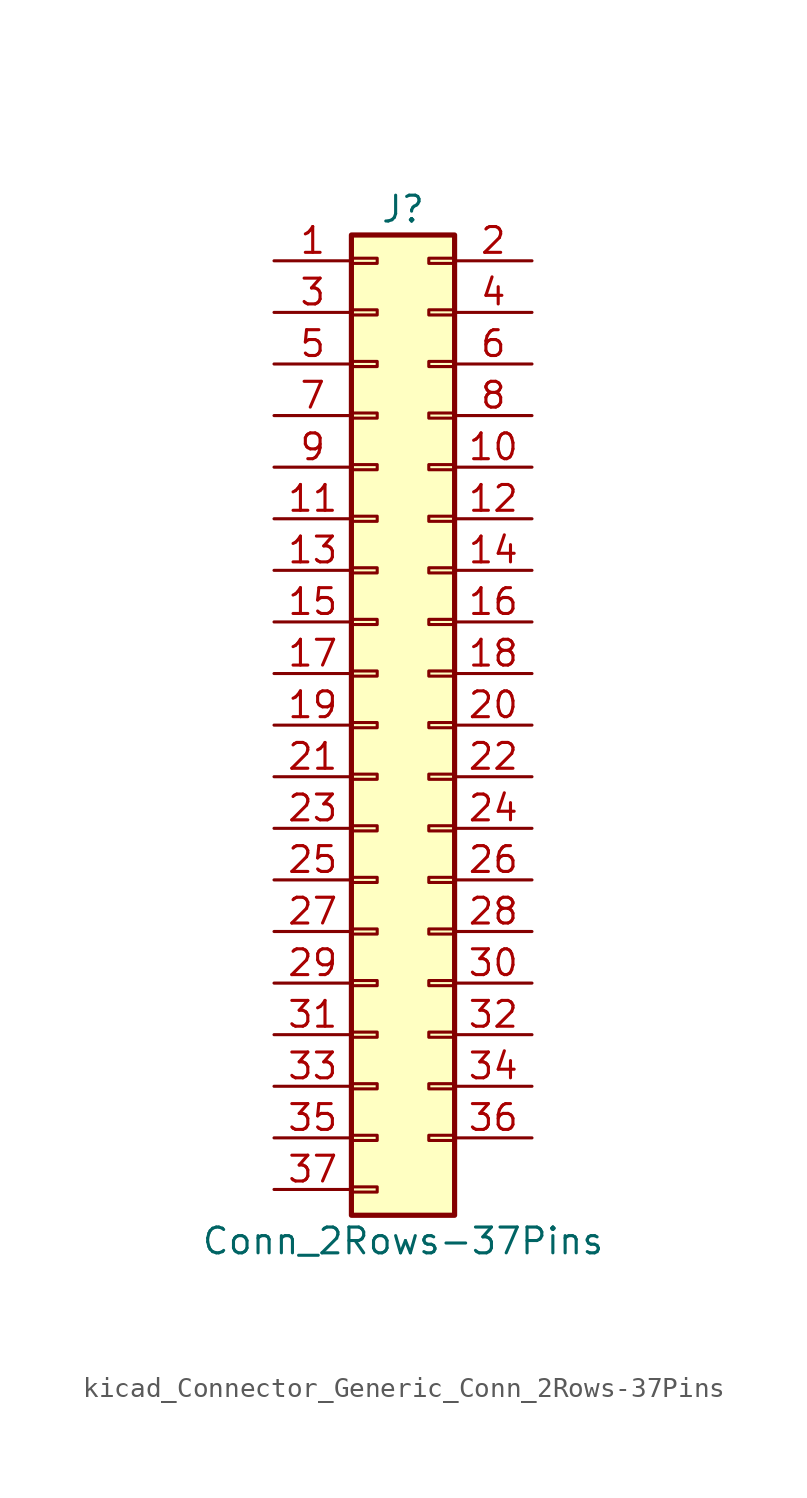
<source format=kicad_sym>
(kicad_symbol_lib
  (version 20220914)
  (generator kicad_symbol_editor)
  (symbol "kicad_Connector_Generic_Conn_2Rows-37Pins"
    (pin_names
      (offset 1.016) hide)
    (property "Reference" "J"
      (at 1.27 25.4 0)
      (effects (font (size 1.27 1.27))))
    (property "Value" "Conn_2Rows-37Pins"
      (at 1.27 -25.4 0)
      (effects (font (size 1.27 1.27))))
    (symbol "kicad_Connector_Generic_Conn_2Rows-37Pins_1_1"
      (rectangle (start -1.27 -22.733) (end 0 -22.987) (stroke (width 0.152) (type default)) (fill (type none)))
      (rectangle (start -1.27 -20.193) (end 0 -20.447) (stroke (width 0.152) (type default)) (fill (type none)))
      (rectangle (start -1.27 -17.653) (end 0 -17.907) (stroke (width 0.152) (type default)) (fill (type none)))
      (rectangle (start -1.27 -15.113) (end 0 -15.367) (stroke (width 0.152) (type default)) (fill (type none)))
      (rectangle (start -1.27 -12.573) (end 0 -12.827) (stroke (width 0.152) (type default)) (fill (type none)))
      (rectangle (start -1.27 -10.033) (end 0 -10.287) (stroke (width 0.152) (type default)) (fill (type none)))
      (rectangle (start -1.27 -7.493) (end 0 -7.747) (stroke (width 0.152) (type default)) (fill (type none)))
      (rectangle (start -1.27 -4.953) (end 0 -5.207) (stroke (width 0.152) (type default)) (fill (type none)))
      (rectangle (start -1.27 -2.413) (end 0 -2.667) (stroke (width 0.152) (type default)) (fill (type none)))
      (rectangle (start -1.27 0.127) (end 0 -0.127) (stroke (width 0.152) (type default)) (fill (type none)))
      (rectangle (start -1.27 2.667) (end 0 2.413) (stroke (width 0.152) (type default)) (fill (type none)))
      (rectangle (start -1.27 5.207) (end 0 4.953) (stroke (width 0.152) (type default)) (fill (type none)))
      (rectangle (start -1.27 7.747) (end 0 7.493) (stroke (width 0.152) (type default)) (fill (type none)))
      (rectangle (start -1.27 10.287) (end 0 10.033) (stroke (width 0.152) (type default)) (fill (type none)))
      (rectangle (start -1.27 12.827) (end 0 12.573) (stroke (width 0.152) (type default)) (fill (type none)))
      (rectangle (start -1.27 15.367) (end 0 15.113) (stroke (width 0.152) (type default)) (fill (type none)))
      (rectangle (start -1.27 17.907) (end 0 17.653) (stroke (width 0.152) (type default)) (fill (type none)))
      (rectangle (start -1.27 20.447) (end 0 20.193) (stroke (width 0.152) (type default)) (fill (type none)))
      (rectangle (start -1.27 22.987) (end 0 22.733) (stroke (width 0.152) (type default)) (fill (type none)))
      (rectangle (start -1.27 24.13) (end 3.81 -24.13) (stroke (width 0.254) (type default)) (fill (type background)))
      (rectangle (start 3.81 -20.193) (end 2.54 -20.447) (stroke (width 0.152) (type default)) (fill (type none)))
      (rectangle (start 3.81 -17.653) (end 2.54 -17.907) (stroke (width 0.152) (type default)) (fill (type none)))
      (rectangle (start 3.81 -15.113) (end 2.54 -15.367) (stroke (width 0.152) (type default)) (fill (type none)))
      (rectangle (start 3.81 -12.573) (end 2.54 -12.827) (stroke (width 0.152) (type default)) (fill (type none)))
      (rectangle (start 3.81 -10.033) (end 2.54 -10.287) (stroke (width 0.152) (type default)) (fill (type none)))
      (rectangle (start 3.81 -7.493) (end 2.54 -7.747) (stroke (width 0.152) (type default)) (fill (type none)))
      (rectangle (start 3.81 -4.953) (end 2.54 -5.207) (stroke (width 0.152) (type default)) (fill (type none)))
      (rectangle (start 3.81 -2.413) (end 2.54 -2.667) (stroke (width 0.152) (type default)) (fill (type none)))
      (rectangle (start 3.81 0.127) (end 2.54 -0.127) (stroke (width 0.152) (type default)) (fill (type none)))
      (rectangle (start 3.81 2.667) (end 2.54 2.413) (stroke (width 0.152) (type default)) (fill (type none)))
      (rectangle (start 3.81 5.207) (end 2.54 4.953) (stroke (width 0.152) (type default)) (fill (type none)))
      (rectangle (start 3.81 7.747) (end 2.54 7.493) (stroke (width 0.152) (type default)) (fill (type none)))
      (rectangle (start 3.81 10.287) (end 2.54 10.033) (stroke (width 0.152) (type default)) (fill (type none)))
      (rectangle (start 3.81 12.827) (end 2.54 12.573) (stroke (width 0.152) (type default)) (fill (type none)))
      (rectangle (start 3.81 15.367) (end 2.54 15.113) (stroke (width 0.152) (type default)) (fill (type none)))
      (rectangle (start 3.81 17.907) (end 2.54 17.653) (stroke (width 0.152) (type default)) (fill (type none)))
      (rectangle (start 3.81 20.447) (end 2.54 20.193) (stroke (width 0.152) (type default)) (fill (type none)))
      (rectangle (start 3.81 22.987) (end 2.54 22.733) (stroke (width 0.152) (type default)) (fill (type none)))
      (pin passive line (at -5.08 22.86 0) (length 3.81) (name "Pin_1" (effects (font (size 1.27 1.27)))) (number "1" (effects (font (size 1.27 1.27)))))
      (pin passive line (at 7.62 12.7 180) (length 3.81) (name "Pin_10" (effects (font (size 1.27 1.27)))) (number "10" (effects (font (size 1.27 1.27)))))
      (pin passive line (at -5.08 10.16 0) (length 3.81) (name "Pin_11" (effects (font (size 1.27 1.27)))) (number "11" (effects (font (size 1.27 1.27)))))
      (pin passive line (at 7.62 10.16 180) (length 3.81) (name "Pin_12" (effects (font (size 1.27 1.27)))) (number "12" (effects (font (size 1.27 1.27)))))
      (pin passive line (at -5.08 7.62 0) (length 3.81) (name "Pin_13" (effects (font (size 1.27 1.27)))) (number "13" (effects (font (size 1.27 1.27)))))
      (pin passive line (at 7.62 7.62 180) (length 3.81) (name "Pin_14" (effects (font (size 1.27 1.27)))) (number "14" (effects (font (size 1.27 1.27)))))
      (pin passive line (at -5.08 5.08 0) (length 3.81) (name "Pin_15" (effects (font (size 1.27 1.27)))) (number "15" (effects (font (size 1.27 1.27)))))
      (pin passive line (at 7.62 5.08 180) (length 3.81) (name "Pin_16" (effects (font (size 1.27 1.27)))) (number "16" (effects (font (size 1.27 1.27)))))
      (pin passive line (at -5.08 2.54 0) (length 3.81) (name "Pin_17" (effects (font (size 1.27 1.27)))) (number "17" (effects (font (size 1.27 1.27)))))
      (pin passive line (at 7.62 2.54 180) (length 3.81) (name "Pin_18" (effects (font (size 1.27 1.27)))) (number "18" (effects (font (size 1.27 1.27)))))
      (pin passive line (at -5.08 0 0) (length 3.81) (name "Pin_19" (effects (font (size 1.27 1.27)))) (number "19" (effects (font (size 1.27 1.27)))))
      (pin passive line (at 7.62 22.86 180) (length 3.81) (name "Pin_2" (effects (font (size 1.27 1.27)))) (number "2" (effects (font (size 1.27 1.27)))))
      (pin passive line (at 7.62 0 180) (length 3.81) (name "Pin_20" (effects (font (size 1.27 1.27)))) (number "20" (effects (font (size 1.27 1.27)))))
      (pin passive line (at -5.08 -2.54 0) (length 3.81) (name "Pin_21" (effects (font (size 1.27 1.27)))) (number "21" (effects (font (size 1.27 1.27)))))
      (pin passive line (at 7.62 -2.54 180) (length 3.81) (name "Pin_22" (effects (font (size 1.27 1.27)))) (number "22" (effects (font (size 1.27 1.27)))))
      (pin passive line (at -5.08 -5.08 0) (length 3.81) (name "Pin_23" (effects (font (size 1.27 1.27)))) (number "23" (effects (font (size 1.27 1.27)))))
      (pin passive line (at 7.62 -5.08 180) (length 3.81) (name "Pin_24" (effects (font (size 1.27 1.27)))) (number "24" (effects (font (size 1.27 1.27)))))
      (pin passive line (at -5.08 -7.62 0) (length 3.81) (name "Pin_25" (effects (font (size 1.27 1.27)))) (number "25" (effects (font (size 1.27 1.27)))))
      (pin passive line (at 7.62 -7.62 180) (length 3.81) (name "Pin_26" (effects (font (size 1.27 1.27)))) (number "26" (effects (font (size 1.27 1.27)))))
      (pin passive line (at -5.08 -10.16 0) (length 3.81) (name "Pin_27" (effects (font (size 1.27 1.27)))) (number "27" (effects (font (size 1.27 1.27)))))
      (pin passive line (at 7.62 -10.16 180) (length 3.81) (name "Pin_28" (effects (font (size 1.27 1.27)))) (number "28" (effects (font (size 1.27 1.27)))))
      (pin passive line (at -5.08 -12.7 0) (length 3.81) (name "Pin_29" (effects (font (size 1.27 1.27)))) (number "29" (effects (font (size 1.27 1.27)))))
      (pin passive line (at -5.08 20.32 0) (length 3.81) (name "Pin_3" (effects (font (size 1.27 1.27)))) (number "3" (effects (font (size 1.27 1.27)))))
      (pin passive line (at 7.62 -12.7 180) (length 3.81) (name "Pin_30" (effects (font (size 1.27 1.27)))) (number "30" (effects (font (size 1.27 1.27)))))
      (pin passive line (at -5.08 -15.24 0) (length 3.81) (name "Pin_31" (effects (font (size 1.27 1.27)))) (number "31" (effects (font (size 1.27 1.27)))))
      (pin passive line (at 7.62 -15.24 180) (length 3.81) (name "Pin_32" (effects (font (size 1.27 1.27)))) (number "32" (effects (font (size 1.27 1.27)))))
      (pin passive line (at -5.08 -17.78 0) (length 3.81) (name "Pin_33" (effects (font (size 1.27 1.27)))) (number "33" (effects (font (size 1.27 1.27)))))
      (pin passive line (at 7.62 -17.78 180) (length 3.81) (name "Pin_34" (effects (font (size 1.27 1.27)))) (number "34" (effects (font (size 1.27 1.27)))))
      (pin passive line (at -5.08 -20.32 0) (length 3.81) (name "Pin_35" (effects (font (size 1.27 1.27)))) (number "35" (effects (font (size 1.27 1.27)))))
      (pin passive line (at 7.62 -20.32 180) (length 3.81) (name "Pin_36" (effects (font (size 1.27 1.27)))) (number "36" (effects (font (size 1.27 1.27)))))
      (pin passive line (at -5.08 -22.86 0) (length 3.81) (name "Pin_37" (effects (font (size 1.27 1.27)))) (number "37" (effects (font (size 1.27 1.27)))))
      (pin passive line (at 7.62 20.32 180) (length 3.81) (name "Pin_4" (effects (font (size 1.27 1.27)))) (number "4" (effects (font (size 1.27 1.27)))))
      (pin passive line (at -5.08 17.78 0) (length 3.81) (name "Pin_5" (effects (font (size 1.27 1.27)))) (number "5" (effects (font (size 1.27 1.27)))))
      (pin passive line (at 7.62 17.78 180) (length 3.81) (name "Pin_6" (effects (font (size 1.27 1.27)))) (number "6" (effects (font (size 1.27 1.27)))))
      (pin passive line (at -5.08 15.24 0) (length 3.81) (name "Pin_7" (effects (font (size 1.27 1.27)))) (number "7" (effects (font (size 1.27 1.27)))))
      (pin passive line (at 7.62 15.24 180) (length 3.81) (name "Pin_8" (effects (font (size 1.27 1.27)))) (number "8" (effects (font (size 1.27 1.27)))))
      (pin passive line (at -5.08 12.7 0) (length 3.81) (name "Pin_9" (effects (font (size 1.27 1.27)))) (number "9" (effects (font (size 1.27 1.27))))))))
</source>
